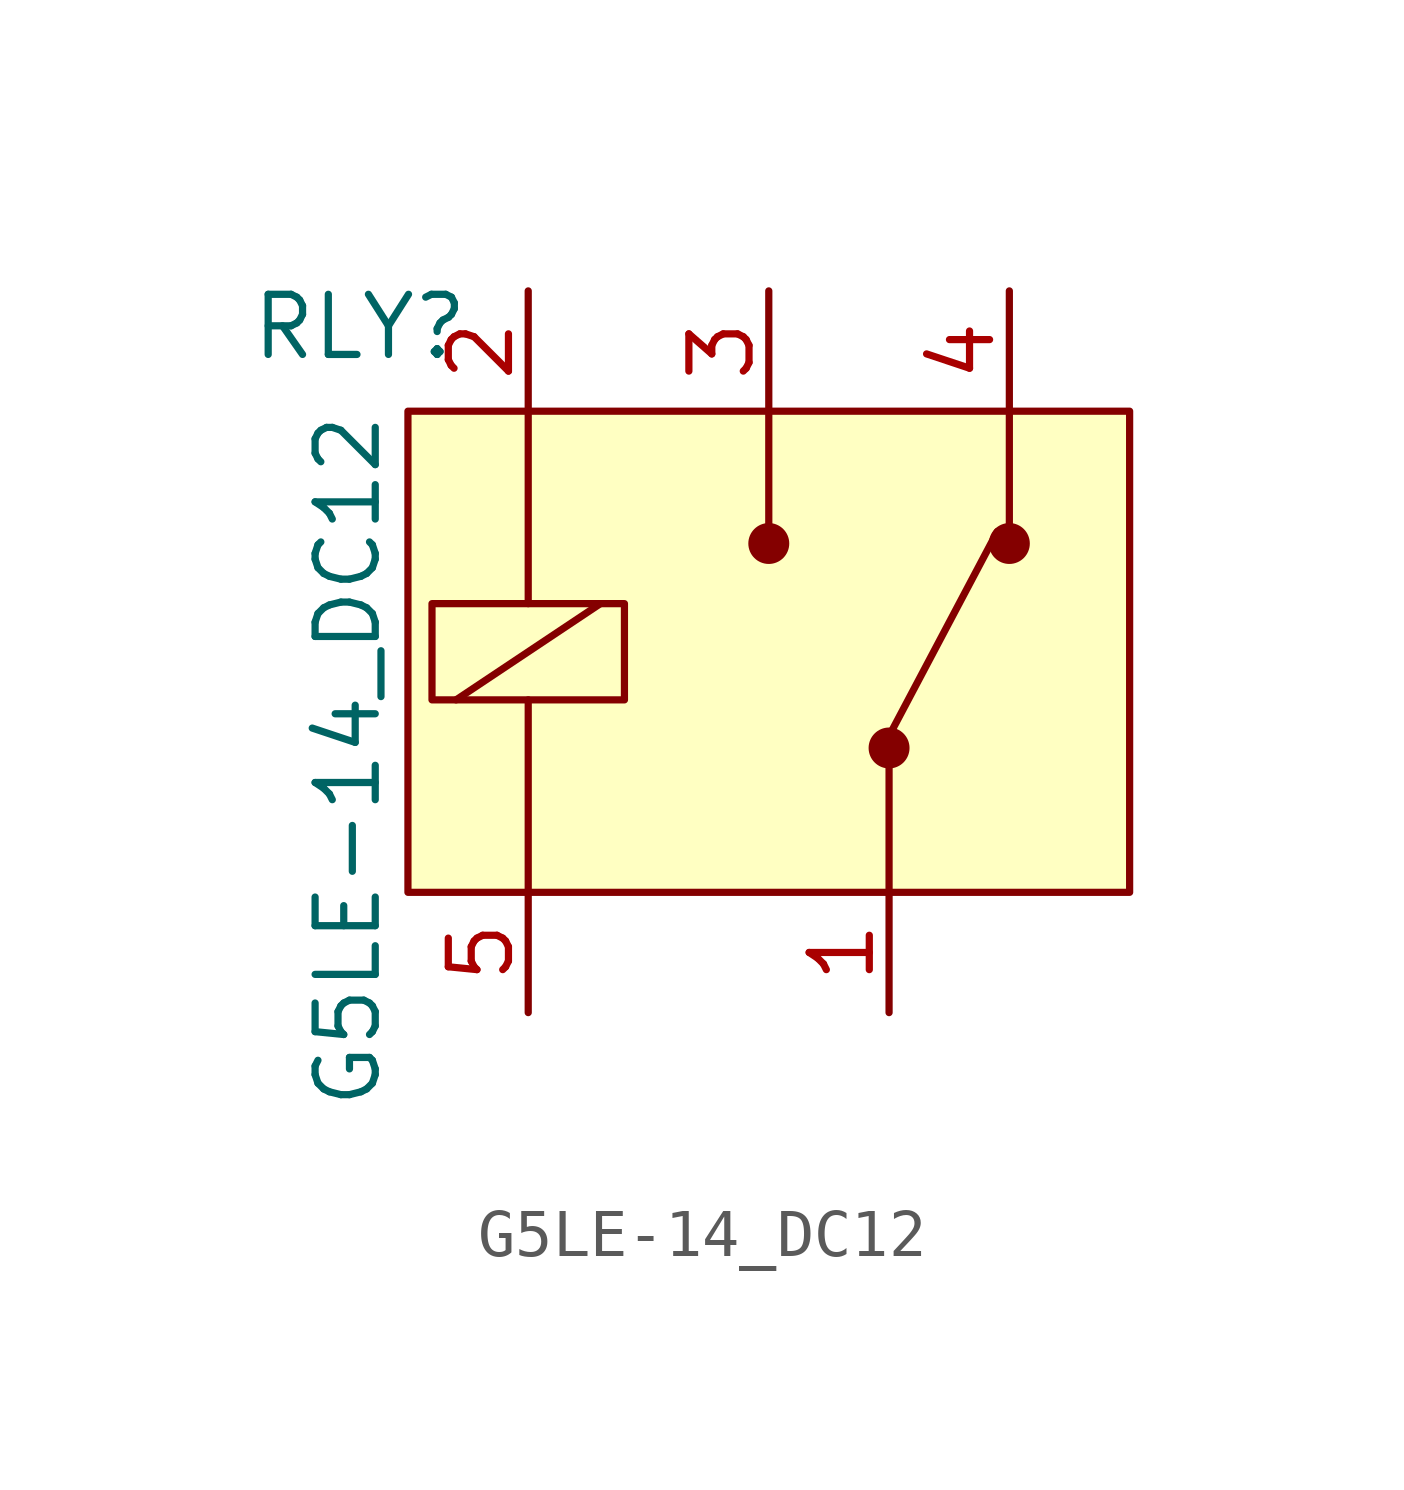
<source format=kicad_sym>
(kicad_symbol_lib
  (version 20201005)
  (generator kicad_symbol_editor)
  (symbol "G5LE-14_DC12"
    (pin_names
      (offset 0) hide)
    (property "Reference" "RLY"
      (at -8.636 6.858 0)
      (effects (font (size 1.27 1.27))))
    (property "Value" "G5LE-14_DC12"
      (at -8.89 5.08 90)
      (effects (font (size 1.27 1.27)) (justify right)))
    (symbol "G5LE-14_DC12_0_1"
      (circle (center 0 2.286) (radius 0.356) (stroke (width 0)) (fill (type outline)))
      (circle (center 2.54 -2.032) (radius 0.356) (stroke (width 0)) (fill (type outline)))
      (circle (center 5.08 2.286) (radius 0.356) (stroke (width 0)) (fill (type outline)))
      (rectangle (start -7.62 5.08) (end 7.62 -5.08) (stroke (width 0)) (fill (type background)))
      (rectangle (start -7.112 1.016) (end -3.048 -1.016) (stroke (width 0)) (fill (type none)))
      (polyline (pts (xy -6.604 -1.016) (xy -3.556 1.016)) (stroke (width 0)) (fill (type none)))
      (polyline (pts (xy -5.08 -5.08) (xy -5.08 -1.016)) (stroke (width 0)) (fill (type none)))
      (polyline (pts (xy -5.08 5.08) (xy -5.08 1.016)) (stroke (width 0)) (fill (type none)))
      (polyline (pts (xy 0 5.08) (xy 0 2.54)) (stroke (width 0)) (fill (type none)))
      (polyline (pts (xy 2.54 -5.08) (xy 2.54 -2.286)) (stroke (width 0)) (fill (type none)))
      (polyline (pts (xy 2.54 -1.778) (xy 4.826 2.54)) (stroke (width 0)) (fill (type none)))
      (polyline (pts (xy 5.08 5.08) (xy 5.08 2.54)) (stroke (width 0)) (fill (type none))))
    (symbol "G5LE-14_DC12_1_1"
      (pin passive line (at 2.54 -7.62 90) (length 2.54) (name "COM" (effects (font (size 1.27 1.27)))) (number "1" (effects (font (size 1.27 1.27)))))
      (pin passive line (at -5.08 7.62 270) (length 2.54) (name "COIL" (effects (font (size 1.27 1.27)))) (number "2" (effects (font (size 1.27 1.27)))))
      (pin passive line (at 0 7.62 270) (length 2.54) (name "NO" (effects (font (size 1.27 1.27)))) (number "3" (effects (font (size 1.27 1.27)))))
      (pin passive line (at 5.08 7.62 270) (length 2.54) (name "NC" (effects (font (size 1.27 1.27)))) (number "4" (effects (font (size 1.27 1.27)))))
      (pin passive line (at -5.08 -7.62 90) (length 2.54) (name "COIL" (effects (font (size 1.27 1.27)))) (number "5" (effects (font (size 1.27 1.27))))))))
</source>
